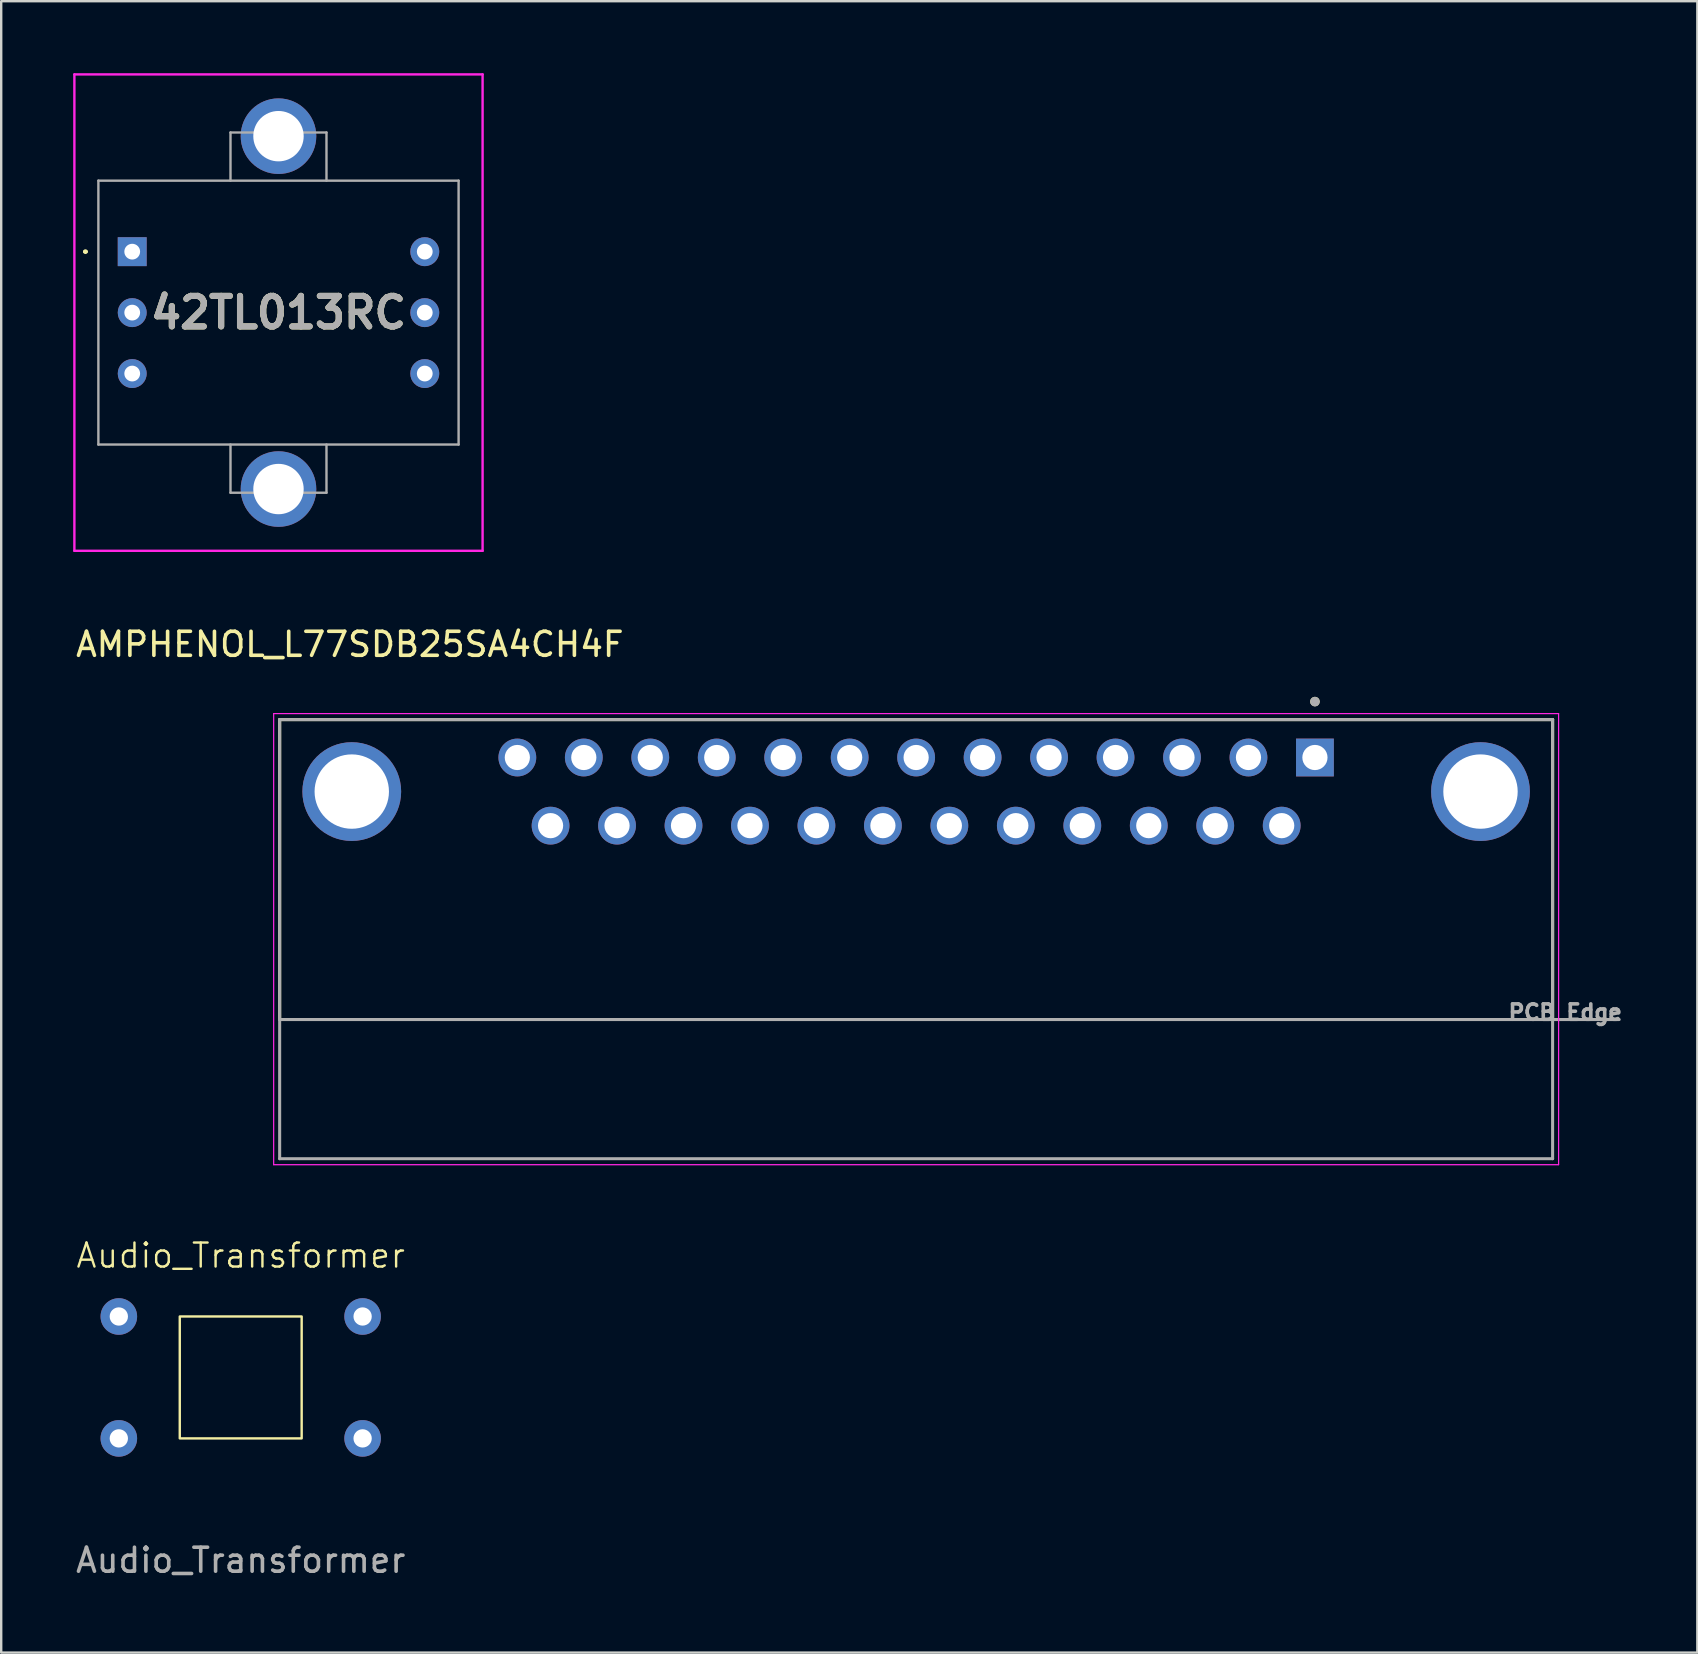
<source format=kicad_pcb>
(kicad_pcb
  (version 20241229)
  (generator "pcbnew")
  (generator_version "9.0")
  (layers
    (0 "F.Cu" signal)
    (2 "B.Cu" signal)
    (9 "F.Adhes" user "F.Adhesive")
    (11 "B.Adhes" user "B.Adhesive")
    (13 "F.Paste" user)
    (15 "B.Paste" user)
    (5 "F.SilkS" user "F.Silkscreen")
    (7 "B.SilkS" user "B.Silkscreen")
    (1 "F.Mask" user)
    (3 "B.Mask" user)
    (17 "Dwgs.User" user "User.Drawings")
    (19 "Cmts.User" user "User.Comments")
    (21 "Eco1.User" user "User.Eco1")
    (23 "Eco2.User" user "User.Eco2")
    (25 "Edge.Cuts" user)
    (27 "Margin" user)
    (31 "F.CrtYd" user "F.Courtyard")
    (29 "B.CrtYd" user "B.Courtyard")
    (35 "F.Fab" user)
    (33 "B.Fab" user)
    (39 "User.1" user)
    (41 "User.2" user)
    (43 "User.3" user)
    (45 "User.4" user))
  (footprint "42TL013RC"
    (layer "F.Cu")
    (at 2.46 7.438)
    (property "Reference" "42TL013RC" (at 6.096 2.54 0) (layer "F.SilkS") (effects (font (size 1.27 1.27) (thickness 0.254))))
    (attr through_hole)
    (fp_line (start -2 0) (end -2 0) (stroke (width 0.1) (type solid)) (layer "F.SilkS"))
    (fp_line (start -1.9 0) (end -1.9 0) (stroke (width 0.1) (type solid)) (layer "F.SilkS"))
    (fp_arc (start -2 0) (mid -1.95 -0.05) (end -1.9 0) (stroke (width 0.1) (type solid)) (layer "F.SilkS"))
    (fp_arc (start -1.9 0) (mid -1.95 0.05) (end -2 0) (stroke (width 0.1) (type solid)) (layer "F.SilkS"))
    (fp_line (start -2.41 -7.388) (end 14.602 -7.388) (stroke (width 0.1) (type solid)) (layer "F.CrtYd"))
    (fp_line (start -2.41 12.468) (end -2.41 -7.388) (stroke (width 0.1) (type solid)) (layer "F.CrtYd"))
    (fp_line (start 14.602 -7.388) (end 14.602 12.468) (stroke (width 0.1) (type solid)) (layer "F.CrtYd"))
    (fp_line (start 14.602 12.468) (end -2.41 12.468) (stroke (width 0.1) (type solid)) (layer "F.CrtYd"))
    (fp_line (start -1.41 -2.959) (end -1.41 8.039) (stroke (width 0.1) (type solid)) (layer "F.Fab"))
    (fp_line (start -1.41 8.039) (end 13.602 8.039) (stroke (width 0.1) (type solid)) (layer "F.Fab"))
    (fp_line (start 4.096 -4.966) (end 8.096 -4.966) (stroke (width 0.1) (type solid)) (layer "F.Fab"))
    (fp_line (start 4.096 -2.959) (end 4.096 -4.966) (stroke (width 0.1) (type solid)) (layer "F.Fab"))
    (fp_line (start 4.096 8.039) (end 4.096 10.046) (stroke (width 0.1) (type solid)) (layer "F.Fab"))
    (fp_line (start 4.096 10.046) (end 8.096 10.046) (stroke (width 0.1) (type solid)) (layer "F.Fab"))
    (fp_line (start 8.096 -4.966) (end 8.096 -2.959) (stroke (width 0.1) (type solid)) (layer "F.Fab"))
    (fp_line (start 8.096 10.046) (end 8.096 8.039) (stroke (width 0.1) (type solid)) (layer "F.Fab"))
    (fp_line (start 13.602 -2.959) (end -1.41 -2.959) (stroke (width 0.1) (type solid)) (layer "F.Fab"))
    (fp_line (start 13.602 8.039) (end 13.602 -2.959) (stroke (width 0.1) (type solid)) (layer "F.Fab"))
    (fp_text user "${REFERENCE}" (at 6.096 2.54 0) (layer "F.Fab") (effects (font (size 1.27 1.27) (thickness 0.254))))
    (pad "1" thru_hole rect (at 0 0) (size 1.205 1.205) (drill 0.657) (layers "*.Cu" "*.Mask"))
    (pad "2" thru_hole circle (at 0 2.54) (size 1.205 1.205) (drill 0.657) (layers "*.Cu" "*.Mask"))
    (pad "3" thru_hole circle (at 0 5.08) (size 1.205 1.205) (drill 0.657) (layers "*.Cu" "*.Mask"))
    (pad "4" thru_hole circle (at 12.192 5.08) (size 1.205 1.205) (drill 0.657) (layers "*.Cu" "*.Mask"))
    (pad "5" thru_hole circle (at 12.192 2.54) (size 1.205 1.205) (drill 0.657) (layers "*.Cu" "*.Mask"))
    (pad "6" thru_hole circle (at 12.192 0) (size 1.205 1.205) (drill 0.657) (layers "*.Cu" "*.Mask"))
    (pad "MH1" thru_hole circle (at 6.096 -4.813) (size 3.15 3.15) (drill 2.1) (layers "*.Cu" "*.Mask"))
    (pad "MH2" thru_hole circle (at 6.096 9.893) (size 3.15 3.15) (drill 2.1) (layers "*.Cu" "*.Mask")))
  (footprint "AMPHENOL_L77SDB25SA4CH4F"
    (layer "F.Cu")
    (at 35.13 29.939)
    (property "Reference" "AMPHENOL_L77SDB25SA4CH4F" (at -23.6 -6.135 0) (layer "F.SilkS") (effects (font (size 1 1) (thickness 0.15))))
    (attr through_hole)
    (fp_line (start -26.525 -3) (end 26.525 -3) (stroke (width 0.127) (type solid)) (layer "F.SilkS"))
    (fp_line (start -26.525 9.5) (end -26.525 -3) (stroke (width 0.127) (type solid)) (layer "F.SilkS"))
    (fp_line (start 26.525 9.5) (end 26.525 -3) (stroke (width 0.127) (type solid)) (layer "F.SilkS"))
    (fp_circle (center 16.62 -3.75) (end 16.72 -3.75) (stroke (width 0.2) (type solid)) (fill no) (layer "F.SilkS"))
    (fp_line (start -26.775 -3.25) (end -26.775 15.55) (stroke (width 0.05) (type solid)) (layer "F.CrtYd"))
    (fp_line (start -26.775 15.55) (end 26.775 15.55) (stroke (width 0.05) (type solid)) (layer "F.CrtYd"))
    (fp_line (start 26.775 -3.25) (end -26.775 -3.25) (stroke (width 0.05) (type solid)) (layer "F.CrtYd"))
    (fp_line (start 26.775 15.55) (end 26.775 -3.25) (stroke (width 0.05) (type solid)) (layer "F.CrtYd"))
    (fp_line (start -26.525 -3) (end 26.525 -3) (stroke (width 0.127) (type solid)) (layer "F.Fab"))
    (fp_line (start -26.525 9.5) (end -26.525 -3) (stroke (width 0.127) (type solid)) (layer "F.Fab"))
    (fp_line (start -26.525 9.5) (end -26.525 15.3) (stroke (width 0.127) (type solid)) (layer "F.Fab"))
    (fp_line (start -26.525 9.5) (end 26.525 9.5) (stroke (width 0.127) (type solid)) (layer "F.Fab"))
    (fp_line (start -26.525 15.3) (end 26.525 15.3) (stroke (width 0.127) (type solid)) (layer "F.Fab"))
    (fp_line (start 26.525 9.5) (end 26.525 -3) (stroke (width 0.127) (type solid)) (layer "F.Fab"))
    (fp_line (start 26.525 9.5) (end 29.3 9.5) (stroke (width 0.127) (type solid)) (layer "F.Fab"))
    (fp_line (start 26.525 15.3) (end 26.525 9.5) (stroke (width 0.127) (type solid)) (layer "F.Fab"))
    (fp_circle (center 16.62 -3.75) (end 16.72 -3.75) (stroke (width 0.2) (type solid)) (fill no) (layer "F.Fab"))
    (fp_text user "PCB Edge" (at 27.05 9.2 0) (layer "F.Fab") (effects (font (size 0.64 0.64) (thickness 0.15))))
    (pad "1" thru_hole rect (at 16.62 -1.42) (size 1.575 1.575) (drill 1.05) (layers "*.Cu" "*.Mask"))
    (pad "2" thru_hole circle (at 13.85 -1.42) (size 1.575 1.575) (drill 1.05) (layers "*.Cu" "*.Mask"))
    (pad "3" thru_hole circle (at 11.08 -1.42) (size 1.575 1.575) (drill 1.05) (layers "*.Cu" "*.Mask"))
    (pad "4" thru_hole circle (at 8.31 -1.42) (size 1.575 1.575) (drill 1.05) (layers "*.Cu" "*.Mask"))
    (pad "5" thru_hole circle (at 5.54 -1.42) (size 1.575 1.575) (drill 1.05) (layers "*.Cu" "*.Mask"))
    (pad "6" thru_hole circle (at 2.77 -1.42) (size 1.575 1.575) (drill 1.05) (layers "*.Cu" "*.Mask"))
    (pad "7" thru_hole circle (at 0 -1.42) (size 1.575 1.575) (drill 1.05) (layers "*.Cu" "*.Mask"))
    (pad "8" thru_hole circle (at -2.77 -1.42) (size 1.575 1.575) (drill 1.05) (layers "*.Cu" "*.Mask"))
    (pad "9" thru_hole circle (at -5.54 -1.42) (size 1.575 1.575) (drill 1.05) (layers "*.Cu" "*.Mask"))
    (pad "10" thru_hole circle (at -8.31 -1.42) (size 1.575 1.575) (drill 1.05) (layers "*.Cu" "*.Mask"))
    (pad "11" thru_hole circle (at -11.08 -1.42) (size 1.575 1.575) (drill 1.05) (layers "*.Cu" "*.Mask"))
    (pad "12" thru_hole circle (at -13.85 -1.42) (size 1.575 1.575) (drill 1.05) (layers "*.Cu" "*.Mask"))
    (pad "13" thru_hole circle (at -16.62 -1.42) (size 1.575 1.575) (drill 1.05) (layers "*.Cu" "*.Mask"))
    (pad "14" thru_hole circle (at 15.235 1.42) (size 1.575 1.575) (drill 1.05) (layers "*.Cu" "*.Mask"))
    (pad "15" thru_hole circle (at 12.465 1.42) (size 1.575 1.575) (drill 1.05) (layers "*.Cu" "*.Mask"))
    (pad "16" thru_hole circle (at 9.695 1.42) (size 1.575 1.575) (drill 1.05) (layers "*.Cu" "*.Mask"))
    (pad "17" thru_hole circle (at 6.925 1.42) (size 1.575 1.575) (drill 1.05) (layers "*.Cu" "*.Mask"))
    (pad "18" thru_hole circle (at 4.155 1.42) (size 1.575 1.575) (drill 1.05) (layers "*.Cu" "*.Mask"))
    (pad "19" thru_hole circle (at 1.385 1.42) (size 1.575 1.575) (drill 1.05) (layers "*.Cu" "*.Mask"))
    (pad "20" thru_hole circle (at -1.385 1.42) (size 1.575 1.575) (drill 1.05) (layers "*.Cu" "*.Mask"))
    (pad "21" thru_hole circle (at -4.155 1.42) (size 1.575 1.575) (drill 1.05) (layers "*.Cu" "*.Mask"))
    (pad "22" thru_hole circle (at -6.925 1.42) (size 1.575 1.575) (drill 1.05) (layers "*.Cu" "*.Mask"))
    (pad "23" thru_hole circle (at -9.695 1.42) (size 1.575 1.575) (drill 1.05) (layers "*.Cu" "*.Mask"))
    (pad "24" thru_hole circle (at -12.465 1.42) (size 1.575 1.575) (drill 1.05) (layers "*.Cu" "*.Mask"))
    (pad "25" thru_hole circle (at -15.235 1.42) (size 1.575 1.575) (drill 1.05) (layers "*.Cu" "*.Mask"))
    (pad "SH1" thru_hole circle (at -23.52 0) (size 4.116 4.116) (drill 3.1) (layers "*.Cu" "*.Mask"))
    (pad "SH2" thru_hole circle (at 23.52 0) (size 4.116 4.116) (drill 3.1) (layers "*.Cu" "*.Mask")))
  (footprint "Audio_Transformer"
    (layer "F.Cu")
    (at 6.982 54.355)
    (property "Reference" "Audio_Transformer" (at 0 -5.08 0) (unlocked yes) (layer "F.SilkS") (effects (font (size 1 1) (thickness 0.1))))
    (attr through_hole)
    (fp_rect (start -2.54 -2.54) (end 2.54 2.54) (stroke (width 0.1) (type default)) (fill no) (layer "F.SilkS"))
    (fp_text user "${REFERENCE}" (at 0 7.62 0) (unlocked yes) (layer "F.Fab") (effects (font (size 1 1) (thickness 0.15))))
    (pad "1" thru_hole circle (at -5.08 -2.54) (size 1.524 1.524) (drill 0.762) (layers "*.Cu" "*.Mask"))
    (pad "2" thru_hole circle (at -5.08 2.54) (size 1.524 1.524) (drill 0.762) (layers "*.Cu" "*.Mask"))
    (pad "3" thru_hole circle (at 5.08 -2.54) (size 1.524 1.524) (drill 0.762) (layers "*.Cu" "*.Mask"))
    (pad "4" thru_hole circle (at 5.08 2.54) (size 1.524 1.524) (drill 0.762) (layers "*.Cu" "*.Mask")))
  (gr_rect
    (start -3 -3)
    (end 67.687 65.823)
    (stroke (width 0.1) (type default))
    (fill no)
    (layer "Edge.Cuts")))
</source>
